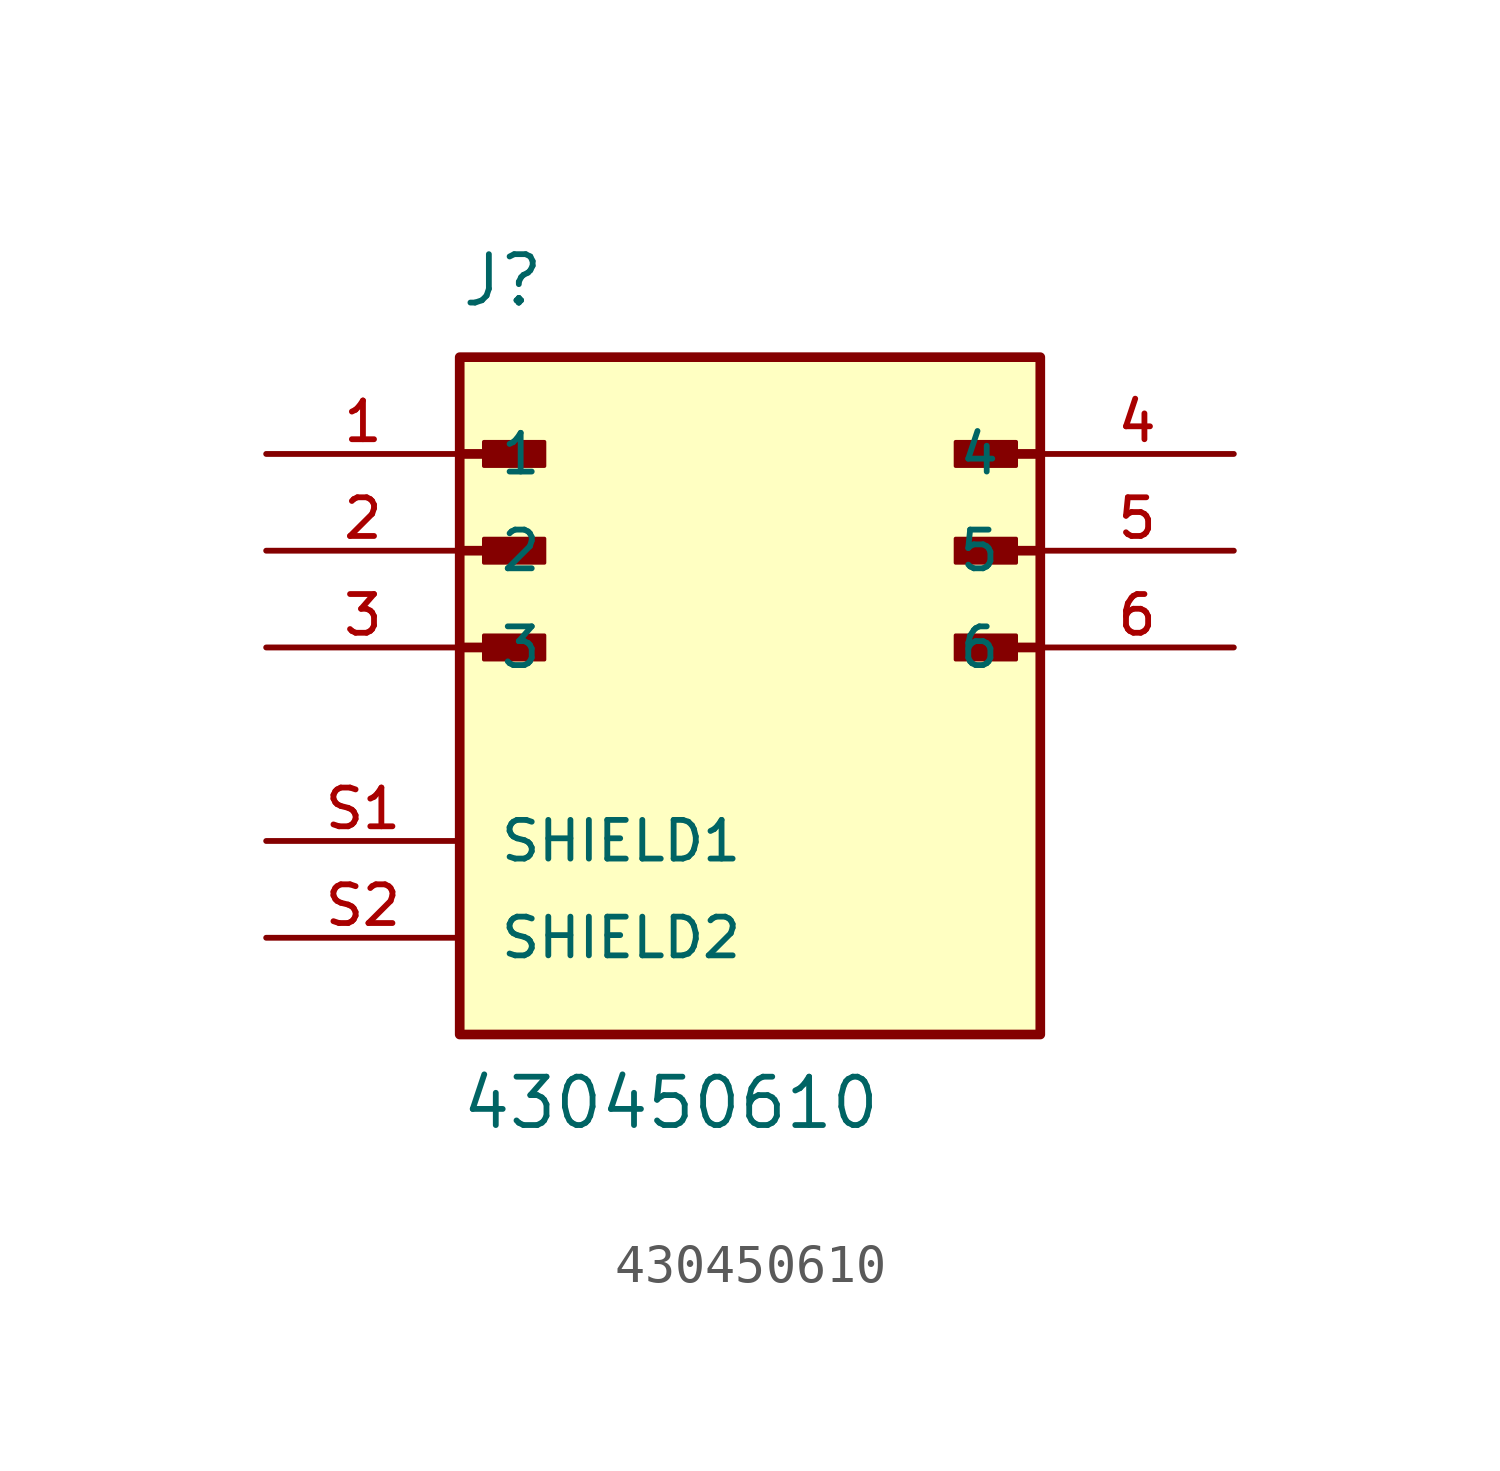
<source format=kicad_sym>
(kicad_symbol_lib
  (version 20211014)
  (generator kicad_symbol_editor)
  (symbol "430450610"
    (pin_names
      (offset 1.016))
    (property "Reference" "J"
      (at -7.62 8.89 0)
      (effects (font (size 1.27 1.27)) (justify bottom left)))
    (property "Value" "430450610"
      (at -7.62 -12.7 0)
      (effects (font (size 1.27 1.27)) (justify bottom left)))
    (symbol "430450610_0_0"
      (polyline (pts (xy -7.62 5.08) (xy -5.715 5.08)) (stroke (width 0.254)))
      (rectangle (start -6.985 4.763) (end -5.397 5.397) (stroke (width 0.1)) (fill (type outline)))
      (polyline (pts (xy -7.62 2.54) (xy -5.715 2.54)) (stroke (width 0.254)))
      (rectangle (start -6.985 2.223) (end -5.397 2.857) (stroke (width 0.1)) (fill (type outline)))
      (polyline (pts (xy -7.62 0.0) (xy -5.715 0.0)) (stroke (width 0.254)))
      (rectangle (start -6.985 -0.318) (end -5.397 0.318) (stroke (width 0.1)) (fill (type outline)))
      (polyline (pts (xy 7.62 5.08) (xy 5.715 5.08)) (stroke (width 0.254)))
      (rectangle (start 5.397 4.763) (end 6.985 5.397) (stroke (width 0.1)) (fill (type outline)))
      (polyline (pts (xy 7.62 2.54) (xy 5.715 2.54)) (stroke (width 0.254)))
      (rectangle (start 5.397 2.223) (end 6.985 2.857) (stroke (width 0.1)) (fill (type outline)))
      (polyline (pts (xy 7.62 0.0) (xy 5.715 0.0)) (stroke (width 0.254)))
      (rectangle (start 5.397 -0.318) (end 6.985 0.318) (stroke (width 0.1)) (fill (type outline)))
      (rectangle (start -7.62 -10.16) (end 7.62 7.62) (stroke (width 0.254)) (fill (type background)))
      (pin passive line (at -12.7 5.08 0) (length 5.08) (name "1" (effects (font (size 1.016 1.016)))) (number "1" (effects (font (size 1.016 1.016)))))
      (pin passive line (at -12.7 2.54 0) (length 5.08) (name "2" (effects (font (size 1.016 1.016)))) (number "2" (effects (font (size 1.016 1.016)))))
      (pin passive line (at -12.7 0.0 0) (length 5.08) (name "3" (effects (font (size 1.016 1.016)))) (number "3" (effects (font (size 1.016 1.016)))))
      (pin passive line (at 12.7 5.08 180.0) (length 5.08) (name "4" (effects (font (size 1.016 1.016)))) (number "4" (effects (font (size 1.016 1.016)))))
      (pin passive line (at 12.7 2.54 180.0) (length 5.08) (name "5" (effects (font (size 1.016 1.016)))) (number "5" (effects (font (size 1.016 1.016)))))
      (pin passive line (at 12.7 0.0 180.0) (length 5.08) (name "6" (effects (font (size 1.016 1.016)))) (number "6" (effects (font (size 1.016 1.016)))))
      (pin passive line (at -12.7 -5.08 0) (length 5.08) (name "SHIELD1" (effects (font (size 1.016 1.016)))) (number "S1" (effects (font (size 1.016 1.016)))))
      (pin passive line (at -12.7 -7.62 0) (length 5.08) (name "SHIELD2" (effects (font (size 1.016 1.016)))) (number "S2" (effects (font (size 1.016 1.016))))))))
</source>
